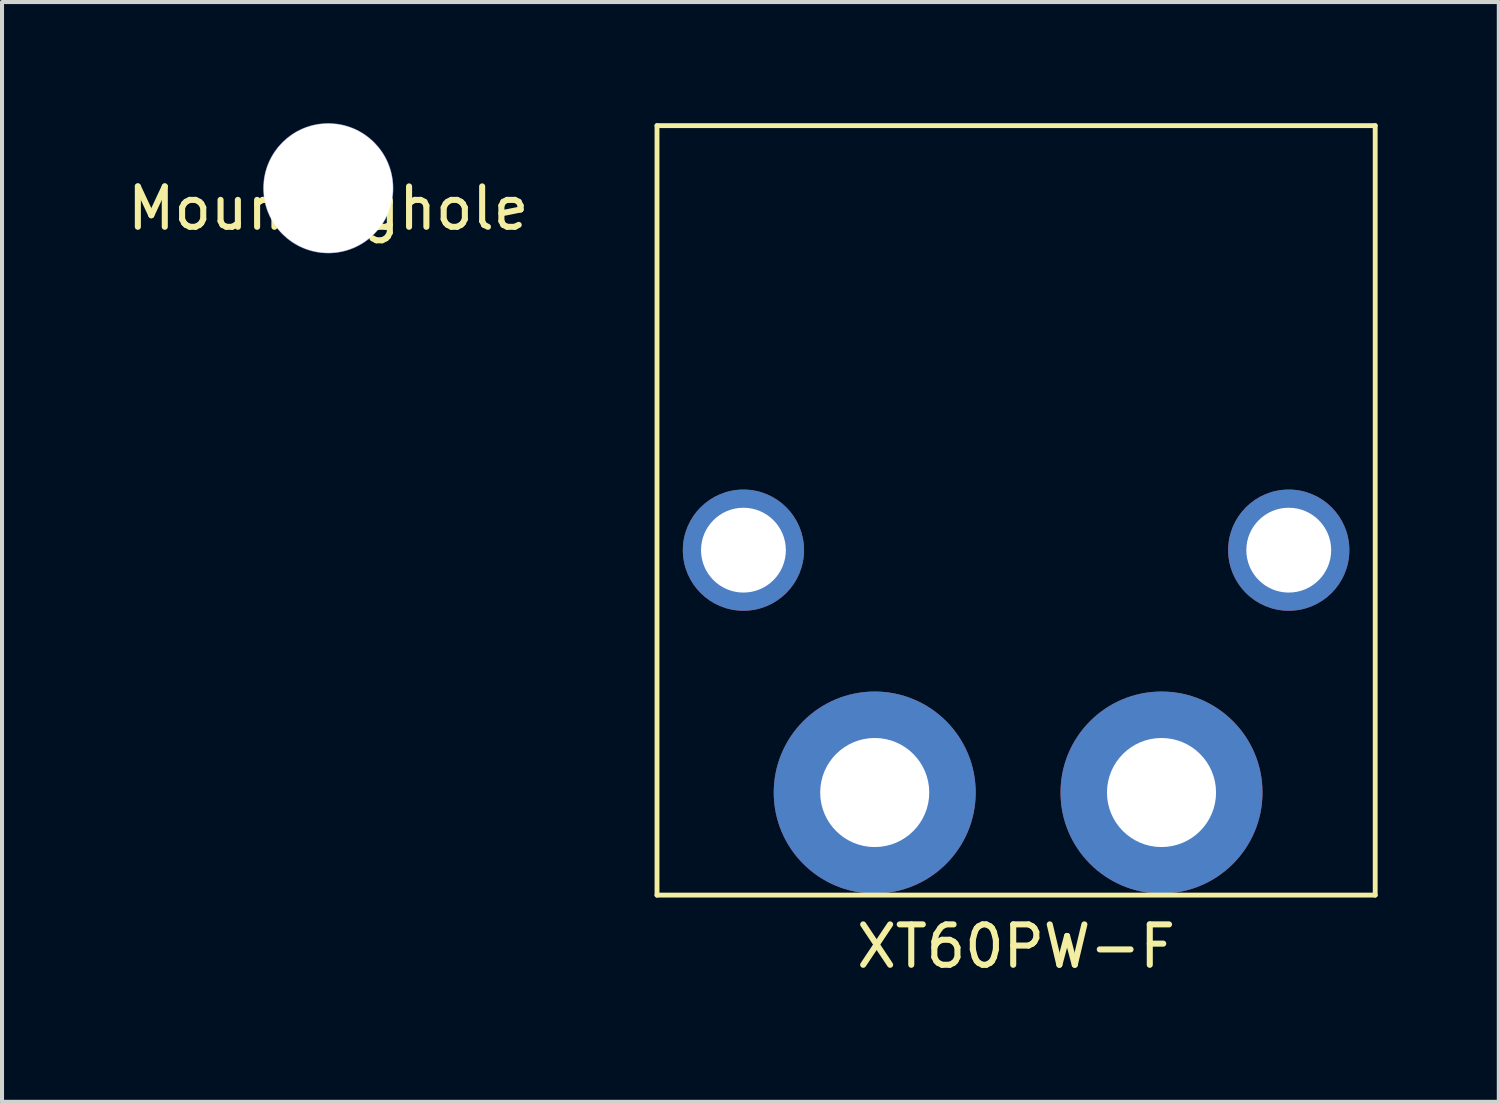
<source format=kicad_pcb>
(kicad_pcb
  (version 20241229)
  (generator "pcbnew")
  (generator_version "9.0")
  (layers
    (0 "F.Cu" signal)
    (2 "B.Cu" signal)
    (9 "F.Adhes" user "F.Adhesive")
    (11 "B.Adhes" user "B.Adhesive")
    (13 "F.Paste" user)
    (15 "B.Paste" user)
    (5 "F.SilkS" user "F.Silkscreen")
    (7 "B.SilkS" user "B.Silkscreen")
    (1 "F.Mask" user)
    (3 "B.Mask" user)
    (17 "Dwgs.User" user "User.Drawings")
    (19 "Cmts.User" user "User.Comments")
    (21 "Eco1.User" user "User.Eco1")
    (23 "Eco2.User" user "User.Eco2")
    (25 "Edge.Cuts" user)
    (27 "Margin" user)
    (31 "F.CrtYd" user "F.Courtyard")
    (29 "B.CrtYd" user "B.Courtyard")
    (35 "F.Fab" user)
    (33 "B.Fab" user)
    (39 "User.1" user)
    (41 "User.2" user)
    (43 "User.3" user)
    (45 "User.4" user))
  (footprint "XT60PW-F"
    (layer "F.Cu")
    (at 22.105 16.57)
    (property "Reference" "XT60PW-F" (at 0 3.81 0) (layer "F.SilkS") (effects (font (size 1 1) (thickness 0.15))))
    (attr through_hole)
    (fp_line (start -8.89 -16.51) (end -8.89 2.54) (stroke (width 0.12) (type solid)) (layer "F.SilkS"))
    (fp_line (start -8.89 2.54) (end 8.89 2.54) (stroke (width 0.12) (type solid)) (layer "F.SilkS"))
    (fp_line (start 8.89 -16.51) (end -8.89 -16.51) (stroke (width 0.12) (type solid)) (layer "F.SilkS"))
    (fp_line (start 8.89 2.54) (end 8.89 -16.51) (stroke (width 0.12) (type solid)) (layer "F.SilkS"))
    (pad "" thru_hole circle (at -6.75 -6) (size 3 3) (drill 2.1) (layers "*.Cu" "*.Mask"))
    (pad "" thru_hole circle (at 6.75 -6) (size 3 3) (drill 2.1) (layers "*.Cu" "*.Mask"))
    (pad "1" thru_hole circle (at 3.6 0) (size 5 5) (drill 2.7) (layers "*.Cu" "*.Mask"))
    (pad "2" thru_hole circle (at -3.5 0) (size 5 5) (drill 2.7) (layers "*.Cu" "*.Mask")))
  (footprint "Mountinghole"
    (layer "F.Cu")
    (at 5.077 1.61)
    (property "Reference" "Mountinghole" (at 0 0.5 0) (layer "F.SilkS") (effects (font (size 1 1) (thickness 0.15))))
    (attr through_hole)
    (pad "" thru_hole circle (at 0 0) (size 3.22 3.22) (drill 3.2) (layers "*.Cu" "*.Mask")))
  (gr_rect
    (start -3 -3)
    (end 34.055 24.228)
    (stroke (width 0.1) (type default))
    (fill no)
    (layer "Edge.Cuts")))
</source>
